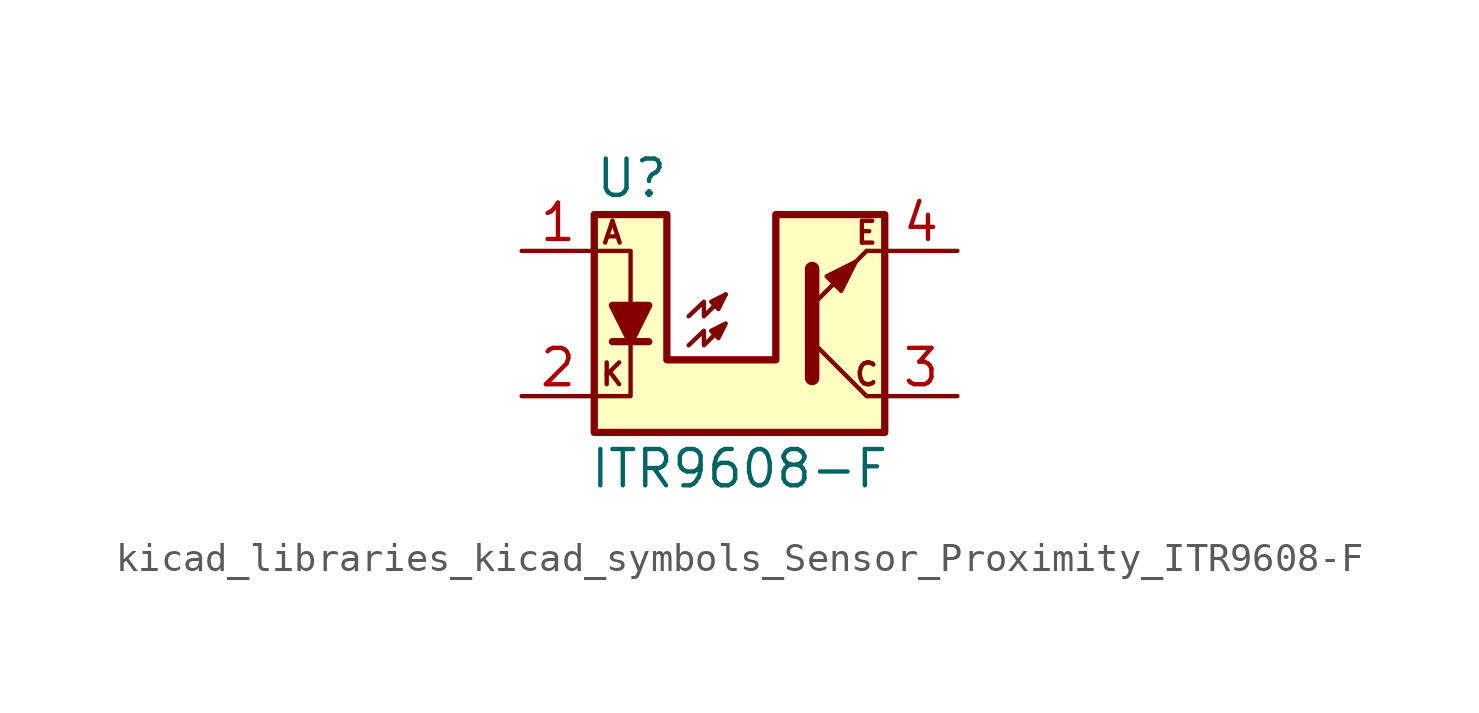
<source format=kicad_sym>
(kicad_symbol_lib
  (version 20220914)
  (generator kicad_symbol_editor)
  (symbol "kicad_libraries_kicad_symbols_Sensor_Proximity_ITR9608-F"
    (property "Reference" "U"
      (at -5.08 5.08 0)
      (effects (font (size 1.27 1.27)) (justify left)))
    (property "Value" "ITR9608-F"
      (at 0 -5.08 0)
      (effects (font (size 1.27 1.27))))
    (symbol "kicad_libraries_kicad_symbols_Sensor_Proximity_ITR9608-F_0_0"
      (text "A" (at -4.445 3.175 0) (effects (font (size 0.762 0.762))))
      (text "C" (at 4.445 -1.778 0) (effects (font (size 0.762 0.762))))
      (text "E" (at 4.445 3.175 0) (effects (font (size 0.762 0.762))))
      (text "K" (at -4.445 -1.778 0) (effects (font (size 0.762 0.762)))))
    (symbol "kicad_libraries_kicad_symbols_Sensor_Proximity_ITR9608-F_0_1"
      (polyline (pts (xy -4.445 -0.635) (xy -3.175 -0.635)) (stroke (width 0.254) (type default)) (fill (type none)))
      (polyline (pts (xy 2.54 -0.635) (xy 4.445 -2.54)) (stroke (width 0) (type default)) (fill (type none)))
      (polyline (pts (xy 4.445 -2.54) (xy 5.08 -2.54)) (stroke (width 0) (type default)) (fill (type none)))
      (polyline (pts (xy 4.445 2.54) (xy 2.54 0.635)) (stroke (width 0) (type default)) (fill (type outline)))
      (polyline (pts (xy 4.445 2.54) (xy 5.08 2.54)) (stroke (width 0) (type default)) (fill (type none)))
      (polyline (pts (xy -5.08 -2.54) (xy -3.81 -2.54) (xy -3.81 -0.635)) (stroke (width 0) (type default)) (fill (type none)))
      (polyline (pts (xy -5.08 2.54) (xy -3.81 2.54) (xy -3.81 0.635)) (stroke (width 0) (type default)) (fill (type none)))
      (polyline (pts (xy 2.54 -1.905) (xy 2.54 1.905) (xy 2.54 1.905)) (stroke (width 0.508) (type default)) (fill (type none)))
      (polyline (pts (xy -3.81 -0.635) (xy -4.445 0.635) (xy -3.175 0.635) (xy -3.81 -0.635)) (stroke (width 0.254) (type default)) (fill (type outline)))
      (polyline (pts (xy -1.778 0.254) (xy -1.245 0.762) (xy -1.245 0.254) (xy -0.483 1.016)) (stroke (width 0) (type default)) (fill (type none)))
      (polyline (pts (xy -0.483 1.016) (xy -0.991 0.762) (xy -0.737 0.508) (xy -0.483 1.016)) (stroke (width 0) (type default)) (fill (type none)))
      (polyline (pts (xy 3.048 1.651) (xy 3.556 1.143) (xy 4.064 2.159) (xy 3.048 1.651) (xy 3.048 1.651)) (stroke (width 0) (type default)) (fill (type outline)))
      (polyline (pts (xy -1.778 -0.762) (xy -1.245 -0.254) (xy -1.245 -0.762) (xy -0.483 0) (xy -0.991 -0.254) (xy -0.737 -0.508) (xy -0.483 0)) (stroke (width 0) (type default)) (fill (type none)))
      (polyline (pts (xy -5.08 3.81) (xy -5.08 -3.81) (xy 5.08 -3.81) (xy 5.08 3.81) (xy 1.27 3.81) (xy 1.27 -1.27) (xy -2.54 -1.27) (xy -2.54 3.81) (xy -5.08 3.81)) (stroke (width 0.254) (type default)) (fill (type background))))
    (symbol "kicad_libraries_kicad_symbols_Sensor_Proximity_ITR9608-F_1_1"
      (pin passive line (at -7.62 2.54 0) (length 2.54) (name "~" (effects (font (size 1.27 1.27)))) (number "1" (effects (font (size 1.27 1.27)))))
      (pin passive line (at -7.62 -2.54 0) (length 2.54) (name "~" (effects (font (size 1.27 1.27)))) (number "2" (effects (font (size 1.27 1.27)))))
      (pin open_collector line (at 7.62 -2.54 180) (length 2.54) (name "~" (effects (font (size 1.27 1.27)))) (number "3" (effects (font (size 1.27 1.27)))))
      (pin open_emitter line (at 7.62 2.54 180) (length 2.54) (name "~" (effects (font (size 1.27 1.27)))) (number "4" (effects (font (size 1.27 1.27))))))))
</source>
